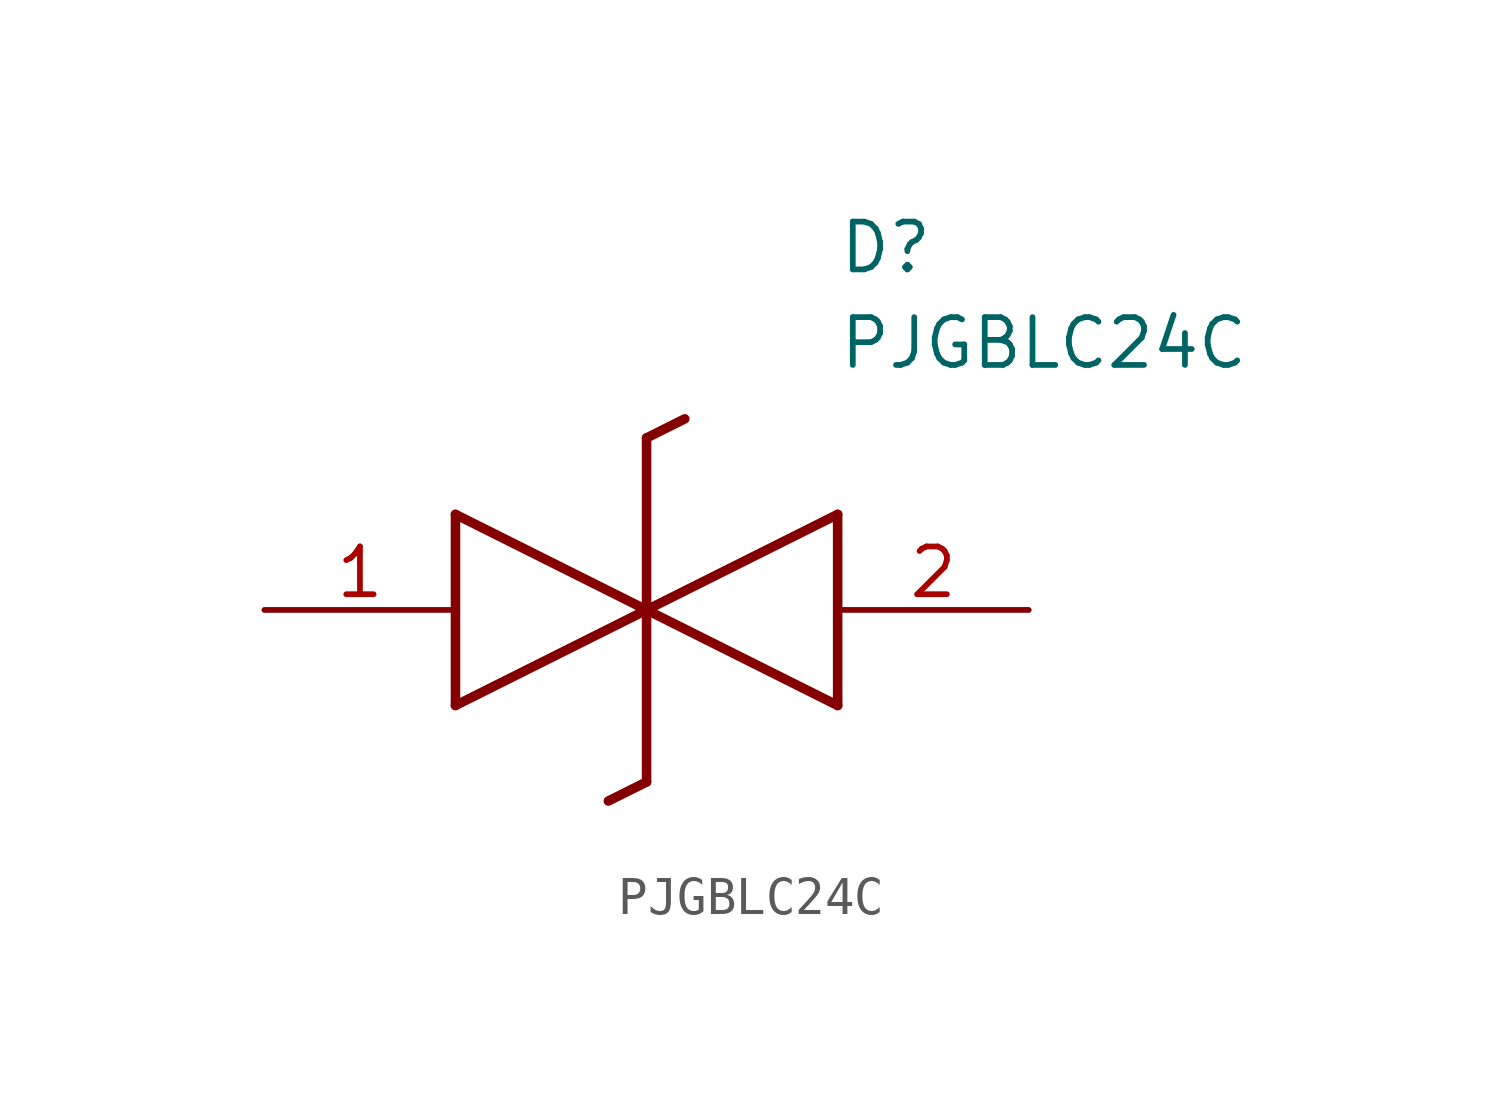
<source format=kicad_sym>
(kicad_symbol_lib
  (version 20241209)
  (generator "kicad_symbol_editor")
  (generator_version "9.0")
  (symbol "PJGBLC24C"
    (pin_names
      (hide yes))
    (property "Reference" "D"
      (at 15.24 8.89 0)
      (effects (font (size 1.27 1.27)) (justify left bottom)))
    (property "Value" "PJGBLC24C"
      (at 15.24 6.35 0)
      (effects (font (size 1.27 1.27)) (justify left bottom)))
    (symbol "PJGBLC24C_1_1"
      (polyline (pts (xy 5.08 2.54) (xy 5.08 -2.54)) (stroke (width 0.254) (type default)) (fill (type none)))
      (polyline (pts (xy 5.08 2.54) (xy 10.16 0)) (stroke (width 0.254) (type default)) (fill (type none)))
      (polyline (pts (xy 10.16 0) (xy 5.08 -2.54)) (stroke (width 0.254) (type default)) (fill (type none)))
      (polyline (pts (xy 10.16 0) (xy 15.24 -2.54)) (stroke (width 0.254) (type default)) (fill (type none)))
      (polyline (pts (xy 10.16 -4.572) (xy 9.144 -5.08)) (stroke (width 0.254) (type default)) (fill (type none)))
      (polyline (pts (xy 10.16 -4.572) (xy 10.16 4.572)) (stroke (width 0.254) (type default)) (fill (type none)))
      (polyline (pts (xy 11.176 5.08) (xy 10.16 4.572)) (stroke (width 0.254) (type default)) (fill (type none)))
      (polyline (pts (xy 15.24 2.54) (xy 10.16 0)) (stroke (width 0.254) (type default)) (fill (type none)))
      (polyline (pts (xy 15.24 2.54) (xy 15.24 -2.54)) (stroke (width 0.254) (type default)) (fill (type none)))
      (pin passive line (at 0 0 0) (length 5.08) (name "K1" (effects (font (size 1.27 1.27)))) (number "1" (effects (font (size 1.27 1.27)))))
      (pin passive line (at 20.32 0 180) (length 5.08) (name "K2" (effects (font (size 1.27 1.27)))) (number "2" (effects (font (size 1.27 1.27))))))))
</source>
